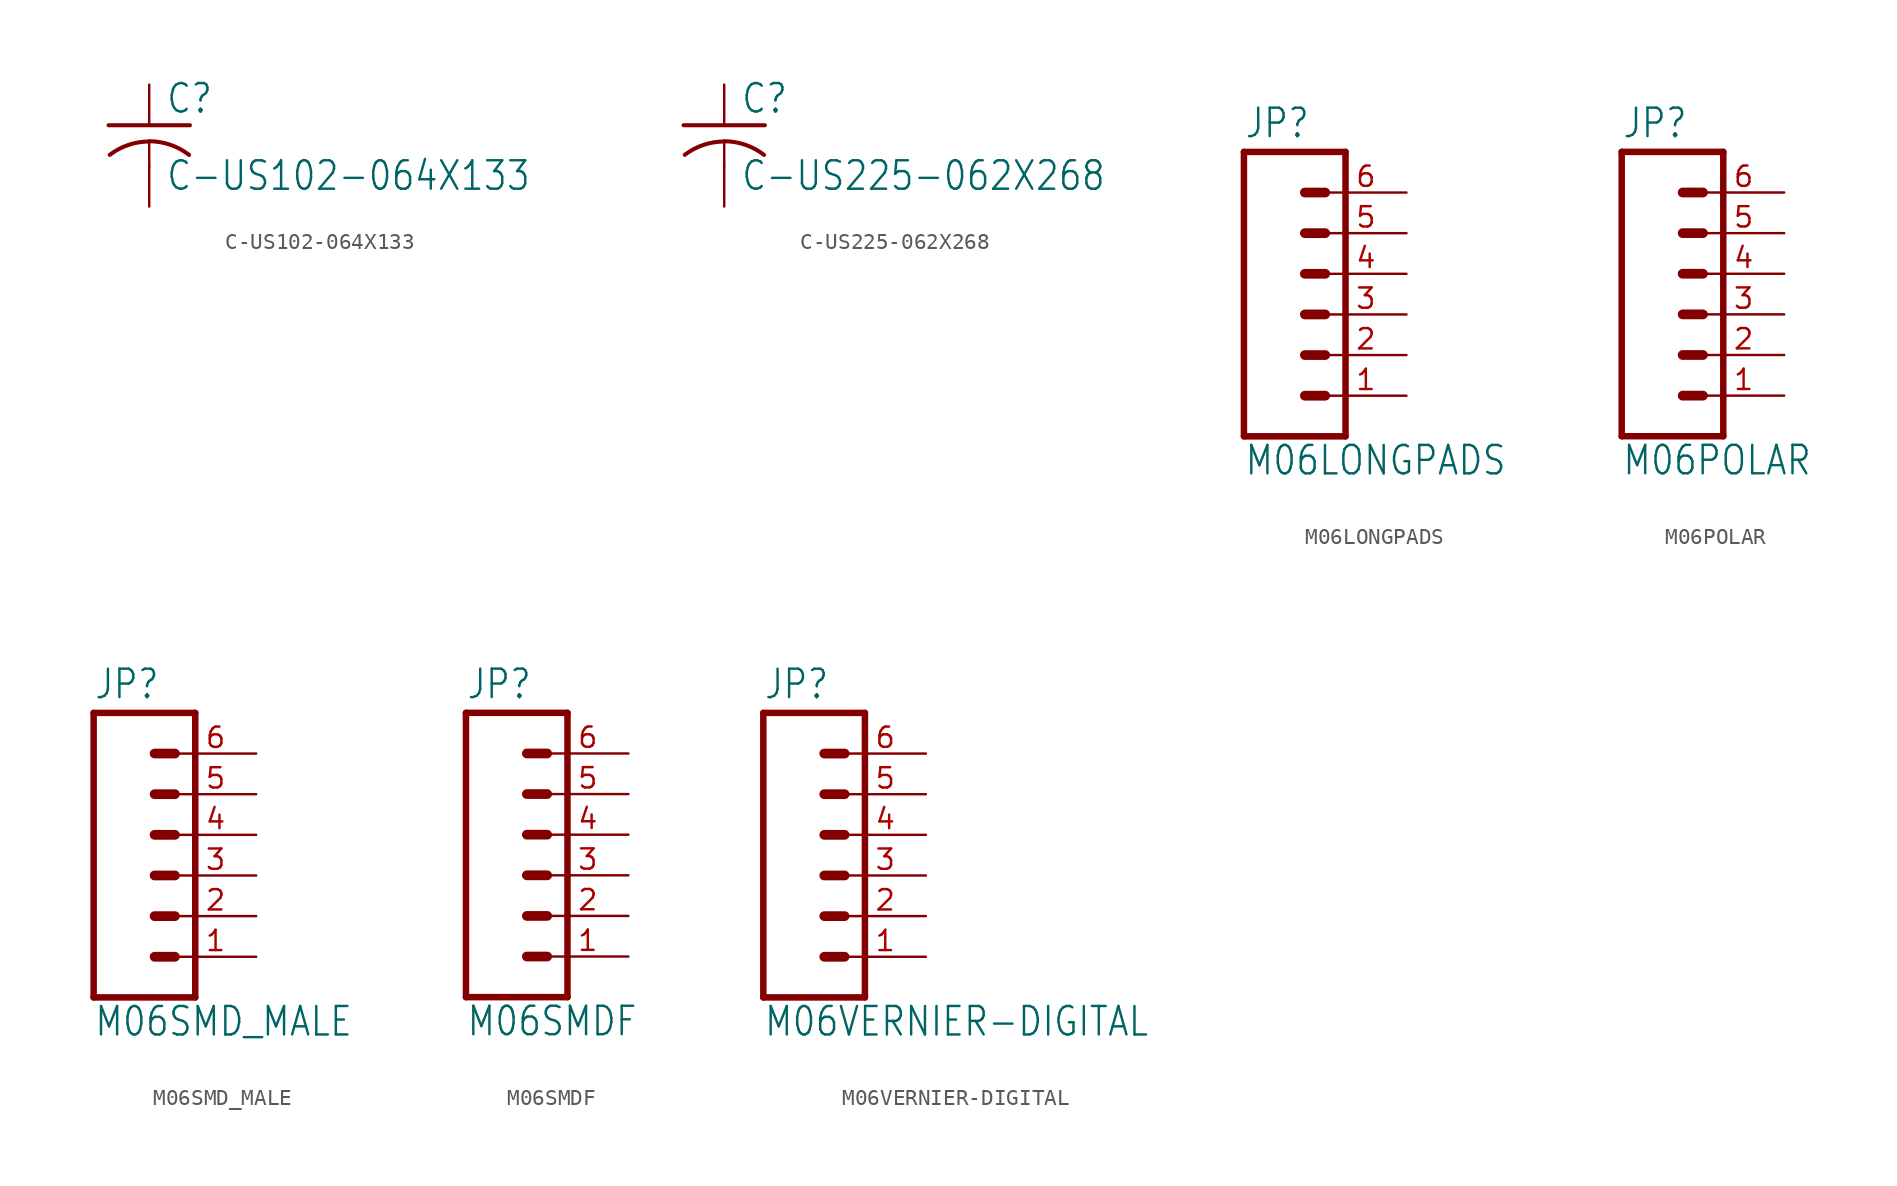
<source format=kicad_sym>
(kicad_symbol_lib
  (version 20201005)
  (generator kicad_symbol_editor)
  (symbol "C-US102-064X133"
    (property "Reference" "C"
      (at 1.016 0.635 0)
      (effects (font (size 1.778 1.511)) (justify left bottom)))
    (property "Value" "C-US102-064X133"
      (at 1.016 -4.191 0)
      (effects (font (size 1.778 1.511)) (justify left bottom)))
    (property "ki_locked" ""
      (at 0 0 0)
      (effects (font (size 1.27 1.27))))
    (symbol "C-US102-064X133_1_0"
      (arc (start 2.4892 -1.8542) (end 0 -1) (radius (at 0 -5.0542) (length 4.0541) (angles 52.1 90)) (stroke (width 0.254)) (fill (type none)))
      (arc (start 0 -1.0161) (end -2.4668 -1.8504) (radius (at 0 -5.0799) (length 4.0638) (angles 90 127.4)) (stroke (width 0.254)) (fill (type none)))
      (polyline (pts (xy -2.54 0) (xy 2.54 0)) (stroke (width 0.254)) (fill (type none)))
      (polyline (pts (xy 0 -1.016) (xy 0 -2.54)) (stroke (width 0.152)) (fill (type none)))
      (pin passive line (at 0 2.54 270) (length 2.54) (name "1" (effects (font (size 0 0)))) (number "1" (effects (font (size 0 0)))))
      (pin passive line (at 0 -5.08 90) (length 2.54) (name "2" (effects (font (size 0 0)))) (number "2" (effects (font (size 0 0)))))))
  (symbol "C-US225-062X268"
    (property "Reference" "C"
      (at 1.016 0.635 0)
      (effects (font (size 1.778 1.511)) (justify left bottom)))
    (property "Value" "C-US225-062X268"
      (at 1.016 -4.191 0)
      (effects (font (size 1.778 1.511)) (justify left bottom)))
    (property "ki_locked" ""
      (at 0 0 0)
      (effects (font (size 1.27 1.27))))
    (symbol "C-US225-062X268_1_0"
      (arc (start 2.4892 -1.8542) (end 0 -1) (radius (at 0 -5.0542) (length 4.0541) (angles 52.1 90)) (stroke (width 0.254)) (fill (type none)))
      (arc (start 0 -1.0161) (end -2.4668 -1.8504) (radius (at 0 -5.0799) (length 4.0638) (angles 90 127.4)) (stroke (width 0.254)) (fill (type none)))
      (polyline (pts (xy -2.54 0) (xy 2.54 0)) (stroke (width 0.254)) (fill (type none)))
      (polyline (pts (xy 0 -1.016) (xy 0 -2.54)) (stroke (width 0.152)) (fill (type none)))
      (pin passive line (at 0 2.54 270) (length 2.54) (name "1" (effects (font (size 0 0)))) (number "1" (effects (font (size 0 0)))))
      (pin passive line (at 0 -5.08 90) (length 2.54) (name "2" (effects (font (size 0 0)))) (number "2" (effects (font (size 0 0)))))))
  (symbol "M06LONGPADS"
    (property "Reference" "JP"
      (at -5.08 10.922 0)
      (effects (font (size 1.778 1.511)) (justify left bottom)))
    (property "Value" "M06LONGPADS"
      (at -5.08 -10.16 0)
      (effects (font (size 1.778 1.511)) (justify left bottom)))
    (property "ki_locked" ""
      (at 0 0 0)
      (effects (font (size 1.27 1.27))))
    (symbol "M06LONGPADS_1_0"
      (polyline (pts (xy 1.27 -7.62) (xy -5.08 -7.62)) (stroke (width 0.406)) (fill (type none)))
      (polyline (pts (xy -1.27 0) (xy 0 0)) (stroke (width 0.61)) (fill (type none)))
      (polyline (pts (xy -1.27 -2.54) (xy 0 -2.54)) (stroke (width 0.61)) (fill (type none)))
      (polyline (pts (xy -1.27 -5.08) (xy 0 -5.08)) (stroke (width 0.61)) (fill (type none)))
      (polyline (pts (xy -5.08 10.16) (xy -5.08 -7.62)) (stroke (width 0.406)) (fill (type none)))
      (polyline (pts (xy 1.27 -7.62) (xy 1.27 10.16)) (stroke (width 0.406)) (fill (type none)))
      (polyline (pts (xy -5.08 10.16) (xy 1.27 10.16)) (stroke (width 0.406)) (fill (type none)))
      (polyline (pts (xy -1.27 5.08) (xy 0 5.08)) (stroke (width 0.61)) (fill (type none)))
      (polyline (pts (xy -1.27 2.54) (xy 0 2.54)) (stroke (width 0.61)) (fill (type none)))
      (polyline (pts (xy -1.27 7.62) (xy 0 7.62)) (stroke (width 0.61)) (fill (type none)))
      (pin passive line (at 5.08 -5.08 180) (length 5.08) (name "1" (effects (font (size 0 0)))) (number "1" (effects (font (size 1.27 1.27)))))
      (pin passive line (at 5.08 -2.54 180) (length 5.08) (name "2" (effects (font (size 0 0)))) (number "2" (effects (font (size 1.27 1.27)))))
      (pin passive line (at 5.08 0 180) (length 5.08) (name "3" (effects (font (size 0 0)))) (number "3" (effects (font (size 1.27 1.27)))))
      (pin passive line (at 5.08 2.54 180) (length 5.08) (name "4" (effects (font (size 0 0)))) (number "4" (effects (font (size 1.27 1.27)))))
      (pin passive line (at 5.08 5.08 180) (length 5.08) (name "5" (effects (font (size 0 0)))) (number "5" (effects (font (size 1.27 1.27)))))
      (pin passive line (at 5.08 7.62 180) (length 5.08) (name "6" (effects (font (size 0 0)))) (number "6" (effects (font (size 1.27 1.27)))))))
  (symbol "M06POLAR"
    (property "Reference" "JP"
      (at -5.08 10.922 0)
      (effects (font (size 1.778 1.511)) (justify left bottom)))
    (property "Value" "M06POLAR"
      (at -5.08 -10.16 0)
      (effects (font (size 1.778 1.511)) (justify left bottom)))
    (property "ki_locked" ""
      (at 0 0 0)
      (effects (font (size 1.27 1.27))))
    (symbol "M06POLAR_1_0"
      (polyline (pts (xy 1.27 -7.62) (xy -5.08 -7.62)) (stroke (width 0.406)) (fill (type none)))
      (polyline (pts (xy -1.27 0) (xy 0 0)) (stroke (width 0.61)) (fill (type none)))
      (polyline (pts (xy -1.27 -2.54) (xy 0 -2.54)) (stroke (width 0.61)) (fill (type none)))
      (polyline (pts (xy -1.27 -5.08) (xy 0 -5.08)) (stroke (width 0.61)) (fill (type none)))
      (polyline (pts (xy -5.08 10.16) (xy -5.08 -7.62)) (stroke (width 0.406)) (fill (type none)))
      (polyline (pts (xy 1.27 -7.62) (xy 1.27 10.16)) (stroke (width 0.406)) (fill (type none)))
      (polyline (pts (xy -5.08 10.16) (xy 1.27 10.16)) (stroke (width 0.406)) (fill (type none)))
      (polyline (pts (xy -1.27 5.08) (xy 0 5.08)) (stroke (width 0.61)) (fill (type none)))
      (polyline (pts (xy -1.27 2.54) (xy 0 2.54)) (stroke (width 0.61)) (fill (type none)))
      (polyline (pts (xy -1.27 7.62) (xy 0 7.62)) (stroke (width 0.61)) (fill (type none)))
      (pin passive line (at 5.08 -5.08 180) (length 5.08) (name "1" (effects (font (size 0 0)))) (number "1" (effects (font (size 1.27 1.27)))))
      (pin passive line (at 5.08 -2.54 180) (length 5.08) (name "2" (effects (font (size 0 0)))) (number "2" (effects (font (size 1.27 1.27)))))
      (pin passive line (at 5.08 0 180) (length 5.08) (name "3" (effects (font (size 0 0)))) (number "3" (effects (font (size 1.27 1.27)))))
      (pin passive line (at 5.08 2.54 180) (length 5.08) (name "4" (effects (font (size 0 0)))) (number "4" (effects (font (size 1.27 1.27)))))
      (pin passive line (at 5.08 5.08 180) (length 5.08) (name "5" (effects (font (size 0 0)))) (number "5" (effects (font (size 1.27 1.27)))))
      (pin passive line (at 5.08 7.62 180) (length 5.08) (name "6" (effects (font (size 0 0)))) (number "6" (effects (font (size 1.27 1.27)))))))
  (symbol "M06SMD_MALE"
    (property "Reference" "JP"
      (at -5.08 10.922 0)
      (effects (font (size 1.778 1.511)) (justify left bottom)))
    (property "Value" "M06SMD_MALE"
      (at -5.08 -10.16 0)
      (effects (font (size 1.778 1.511)) (justify left bottom)))
    (property "ki_locked" ""
      (at 0 0 0)
      (effects (font (size 1.27 1.27))))
    (symbol "M06SMD_MALE_1_0"
      (polyline (pts (xy 1.27 -7.62) (xy -5.08 -7.62)) (stroke (width 0.406)) (fill (type none)))
      (polyline (pts (xy -1.27 0) (xy 0 0)) (stroke (width 0.61)) (fill (type none)))
      (polyline (pts (xy -1.27 -2.54) (xy 0 -2.54)) (stroke (width 0.61)) (fill (type none)))
      (polyline (pts (xy -1.27 -5.08) (xy 0 -5.08)) (stroke (width 0.61)) (fill (type none)))
      (polyline (pts (xy -5.08 10.16) (xy -5.08 -7.62)) (stroke (width 0.406)) (fill (type none)))
      (polyline (pts (xy 1.27 -7.62) (xy 1.27 10.16)) (stroke (width 0.406)) (fill (type none)))
      (polyline (pts (xy -5.08 10.16) (xy 1.27 10.16)) (stroke (width 0.406)) (fill (type none)))
      (polyline (pts (xy -1.27 5.08) (xy 0 5.08)) (stroke (width 0.61)) (fill (type none)))
      (polyline (pts (xy -1.27 2.54) (xy 0 2.54)) (stroke (width 0.61)) (fill (type none)))
      (polyline (pts (xy -1.27 7.62) (xy 0 7.62)) (stroke (width 0.61)) (fill (type none)))
      (pin passive line (at 5.08 -5.08 180) (length 5.08) (name "1" (effects (font (size 0 0)))) (number "1" (effects (font (size 1.27 1.27)))))
      (pin passive line (at 5.08 -2.54 180) (length 5.08) (name "2" (effects (font (size 0 0)))) (number "2" (effects (font (size 1.27 1.27)))))
      (pin passive line (at 5.08 0 180) (length 5.08) (name "3" (effects (font (size 0 0)))) (number "3" (effects (font (size 1.27 1.27)))))
      (pin passive line (at 5.08 2.54 180) (length 5.08) (name "4" (effects (font (size 0 0)))) (number "4" (effects (font (size 1.27 1.27)))))
      (pin passive line (at 5.08 5.08 180) (length 5.08) (name "5" (effects (font (size 0 0)))) (number "5" (effects (font (size 1.27 1.27)))))
      (pin passive line (at 5.08 7.62 180) (length 5.08) (name "6" (effects (font (size 0 0)))) (number "6" (effects (font (size 1.27 1.27)))))))
  (symbol "M06SMDF"
    (property "Reference" "JP"
      (at -5.08 10.922 0)
      (effects (font (size 1.778 1.511)) (justify left bottom)))
    (property "Value" "M06SMDF"
      (at -5.08 -10.16 0)
      (effects (font (size 1.778 1.511)) (justify left bottom)))
    (property "ki_locked" ""
      (at 0 0 0)
      (effects (font (size 1.27 1.27))))
    (symbol "M06SMDF_1_0"
      (polyline (pts (xy 1.27 -7.62) (xy -5.08 -7.62)) (stroke (width 0.406)) (fill (type none)))
      (polyline (pts (xy -1.27 0) (xy 0 0)) (stroke (width 0.61)) (fill (type none)))
      (polyline (pts (xy -1.27 -2.54) (xy 0 -2.54)) (stroke (width 0.61)) (fill (type none)))
      (polyline (pts (xy -1.27 -5.08) (xy 0 -5.08)) (stroke (width 0.61)) (fill (type none)))
      (polyline (pts (xy -5.08 10.16) (xy -5.08 -7.62)) (stroke (width 0.406)) (fill (type none)))
      (polyline (pts (xy 1.27 -7.62) (xy 1.27 10.16)) (stroke (width 0.406)) (fill (type none)))
      (polyline (pts (xy -5.08 10.16) (xy 1.27 10.16)) (stroke (width 0.406)) (fill (type none)))
      (polyline (pts (xy -1.27 5.08) (xy 0 5.08)) (stroke (width 0.61)) (fill (type none)))
      (polyline (pts (xy -1.27 2.54) (xy 0 2.54)) (stroke (width 0.61)) (fill (type none)))
      (polyline (pts (xy -1.27 7.62) (xy 0 7.62)) (stroke (width 0.61)) (fill (type none)))
      (pin passive line (at 5.08 -5.08 180) (length 5.08) (name "1" (effects (font (size 0 0)))) (number "1" (effects (font (size 1.27 1.27)))))
      (pin passive line (at 5.08 -2.54 180) (length 5.08) (name "2" (effects (font (size 0 0)))) (number "2" (effects (font (size 1.27 1.27)))))
      (pin passive line (at 5.08 0 180) (length 5.08) (name "3" (effects (font (size 0 0)))) (number "3" (effects (font (size 1.27 1.27)))))
      (pin passive line (at 5.08 2.54 180) (length 5.08) (name "4" (effects (font (size 0 0)))) (number "4" (effects (font (size 1.27 1.27)))))
      (pin passive line (at 5.08 5.08 180) (length 5.08) (name "5" (effects (font (size 0 0)))) (number "5" (effects (font (size 1.27 1.27)))))
      (pin passive line (at 5.08 7.62 180) (length 5.08) (name "6" (effects (font (size 0 0)))) (number "6" (effects (font (size 1.27 1.27)))))))
  (symbol "M06VERNIER-DIGITAL"
    (property "Reference" "JP"
      (at -5.08 10.922 0)
      (effects (font (size 1.778 1.511)) (justify left bottom)))
    (property "Value" "M06VERNIER-DIGITAL"
      (at -5.08 -10.16 0)
      (effects (font (size 1.778 1.511)) (justify left bottom)))
    (property "ki_locked" ""
      (at 0 0 0)
      (effects (font (size 1.27 1.27))))
    (symbol "M06VERNIER-DIGITAL_1_0"
      (polyline (pts (xy 1.27 -7.62) (xy -5.08 -7.62)) (stroke (width 0.406)) (fill (type none)))
      (polyline (pts (xy -1.27 0) (xy 0 0)) (stroke (width 0.61)) (fill (type none)))
      (polyline (pts (xy -1.27 -2.54) (xy 0 -2.54)) (stroke (width 0.61)) (fill (type none)))
      (polyline (pts (xy -1.27 -5.08) (xy 0 -5.08)) (stroke (width 0.61)) (fill (type none)))
      (polyline (pts (xy -5.08 10.16) (xy -5.08 -7.62)) (stroke (width 0.406)) (fill (type none)))
      (polyline (pts (xy 1.27 -7.62) (xy 1.27 10.16)) (stroke (width 0.406)) (fill (type none)))
      (polyline (pts (xy -5.08 10.16) (xy 1.27 10.16)) (stroke (width 0.406)) (fill (type none)))
      (polyline (pts (xy -1.27 5.08) (xy 0 5.08)) (stroke (width 0.61)) (fill (type none)))
      (polyline (pts (xy -1.27 2.54) (xy 0 2.54)) (stroke (width 0.61)) (fill (type none)))
      (polyline (pts (xy -1.27 7.62) (xy 0 7.62)) (stroke (width 0.61)) (fill (type none)))
      (pin passive line (at 5.08 -5.08 180) (length 5.08) (name "1" (effects (font (size 0 0)))) (number "1" (effects (font (size 1.27 1.27)))))
      (pin passive line (at 5.08 -2.54 180) (length 5.08) (name "2" (effects (font (size 0 0)))) (number "2" (effects (font (size 1.27 1.27)))))
      (pin passive line (at 5.08 0 180) (length 5.08) (name "3" (effects (font (size 0 0)))) (number "3" (effects (font (size 1.27 1.27)))))
      (pin passive line (at 5.08 2.54 180) (length 5.08) (name "4" (effects (font (size 0 0)))) (number "4" (effects (font (size 1.27 1.27)))))
      (pin passive line (at 5.08 5.08 180) (length 5.08) (name "5" (effects (font (size 0 0)))) (number "5" (effects (font (size 1.27 1.27)))))
      (pin passive line (at 5.08 7.62 180) (length 5.08) (name "6" (effects (font (size 0 0)))) (number "6" (effects (font (size 1.27 1.27))))))))
</source>
